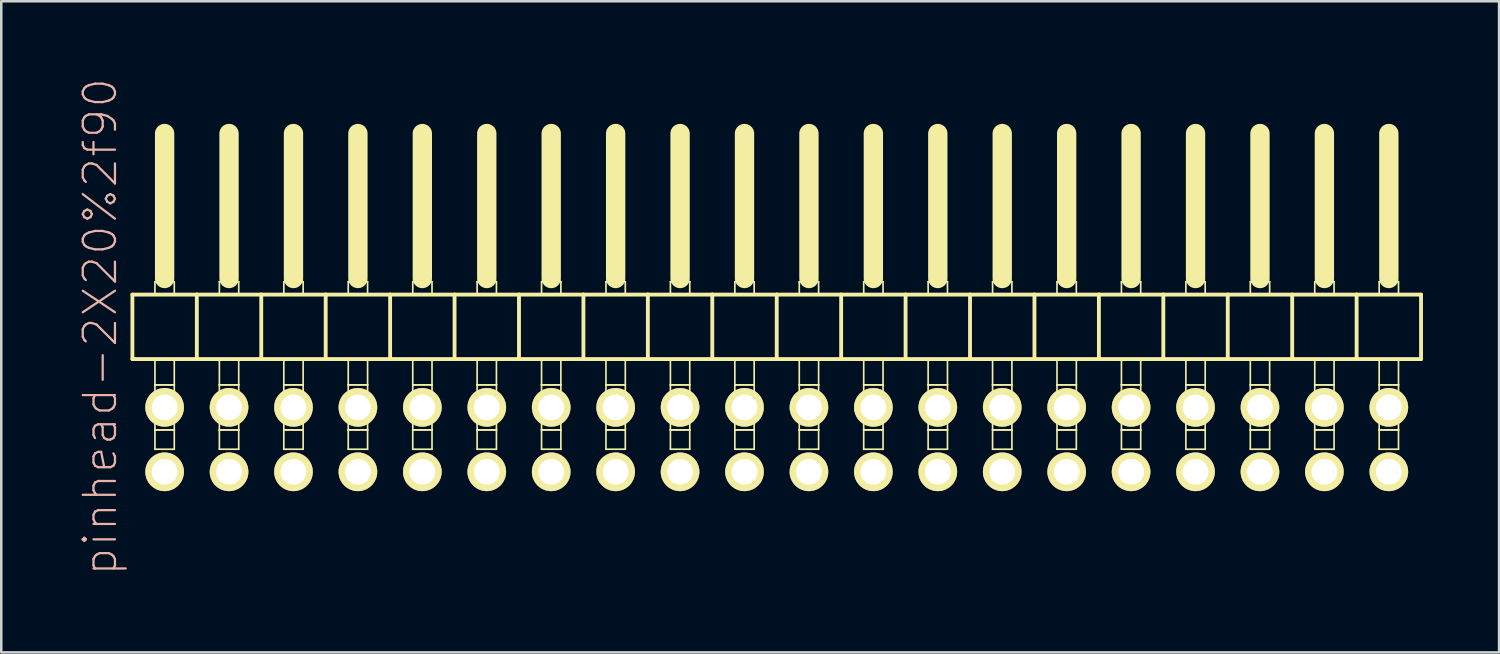
<source format=kicad_pcb>
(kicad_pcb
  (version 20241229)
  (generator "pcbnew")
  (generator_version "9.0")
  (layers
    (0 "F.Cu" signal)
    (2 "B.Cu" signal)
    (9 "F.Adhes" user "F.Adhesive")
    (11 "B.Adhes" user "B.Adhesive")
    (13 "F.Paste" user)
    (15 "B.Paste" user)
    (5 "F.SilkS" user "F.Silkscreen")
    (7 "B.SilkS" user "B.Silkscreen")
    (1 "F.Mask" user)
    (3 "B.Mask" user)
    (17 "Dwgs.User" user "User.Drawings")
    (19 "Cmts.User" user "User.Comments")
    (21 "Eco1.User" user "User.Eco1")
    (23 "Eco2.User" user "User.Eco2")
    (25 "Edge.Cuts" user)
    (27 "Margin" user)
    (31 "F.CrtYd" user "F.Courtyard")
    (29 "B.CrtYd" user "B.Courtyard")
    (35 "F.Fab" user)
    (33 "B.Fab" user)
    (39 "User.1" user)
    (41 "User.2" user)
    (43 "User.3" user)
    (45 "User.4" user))
  (footprint "pinhead-2X20%2f90"
    (layer "F.Cu")
    (at 27.569 9.199)
    (property "Reference" "pinhead-2X20%2f90" (at -26.67 0.635 90) (layer "B.SilkS") (effects (font (size 1.27 1.27) (thickness 0.089))))
    (attr exclude_from_pos_files exclude_from_bom)
    (fp_line (start -25.4 -0.635) (end -25.4 1.905) (stroke (width 0.152) (type solid)) (layer "F.SilkS"))
    (fp_line (start -25.4 1.905) (end -22.86 1.905) (stroke (width 0.152) (type solid)) (layer "F.SilkS"))
    (fp_line (start -24.511 -1.143) (end -23.749 -1.143) (stroke (width 0.066) (type solid)) (layer "F.SilkS"))
    (fp_line (start -24.511 -0.635) (end -24.511 -1.143) (stroke (width 0.066) (type solid)) (layer "F.SilkS"))
    (fp_line (start -24.511 -0.635) (end -23.749 -0.635) (stroke (width 0.066) (type solid)) (layer "F.SilkS"))
    (fp_line (start -24.511 1.905) (end -23.749 1.905) (stroke (width 0.066) (type solid)) (layer "F.SilkS"))
    (fp_line (start -24.511 2.921) (end -24.511 1.905) (stroke (width 0.066) (type solid)) (layer "F.SilkS"))
    (fp_line (start -24.511 2.921) (end -23.749 2.921) (stroke (width 0.066) (type solid)) (layer "F.SilkS"))
    (fp_line (start -24.511 2.921) (end -23.749 2.921) (stroke (width 0.066) (type solid)) (layer "F.SilkS"))
    (fp_line (start -24.511 4.699) (end -24.511 2.921) (stroke (width 0.066) (type solid)) (layer "F.SilkS"))
    (fp_line (start -24.511 4.699) (end -23.749 4.699) (stroke (width 0.066) (type solid)) (layer "F.SilkS"))
    (fp_line (start -24.511 4.699) (end -23.749 4.699) (stroke (width 0.066) (type solid)) (layer "F.SilkS"))
    (fp_line (start -24.511 5.461) (end -24.511 4.699) (stroke (width 0.066) (type solid)) (layer "F.SilkS"))
    (fp_line (start -24.511 5.461) (end -23.749 5.461) (stroke (width 0.066) (type solid)) (layer "F.SilkS"))
    (fp_line (start -24.13 -6.985) (end -24.13 -1.27) (stroke (width 0.762) (type solid)) (layer "F.SilkS"))
    (fp_line (start -23.749 -0.635) (end -23.749 -1.143) (stroke (width 0.066) (type solid)) (layer "F.SilkS"))
    (fp_line (start -23.749 2.921) (end -23.749 1.905) (stroke (width 0.066) (type solid)) (layer "F.SilkS"))
    (fp_line (start -23.749 4.699) (end -23.749 2.921) (stroke (width 0.066) (type solid)) (layer "F.SilkS"))
    (fp_line (start -23.749 5.461) (end -23.749 4.699) (stroke (width 0.066) (type solid)) (layer "F.SilkS"))
    (fp_line (start -22.86 -0.635) (end -25.4 -0.635) (stroke (width 0.152) (type solid)) (layer "F.SilkS"))
    (fp_line (start -22.86 1.905) (end -22.86 -0.635) (stroke (width 0.152) (type solid)) (layer "F.SilkS"))
    (fp_line (start -22.86 1.905) (end -20.32 1.905) (stroke (width 0.152) (type solid)) (layer "F.SilkS"))
    (fp_line (start -21.971 -1.143) (end -21.209 -1.143) (stroke (width 0.066) (type solid)) (layer "F.SilkS"))
    (fp_line (start -21.971 -0.635) (end -21.971 -1.143) (stroke (width 0.066) (type solid)) (layer "F.SilkS"))
    (fp_line (start -21.971 -0.635) (end -21.209 -0.635) (stroke (width 0.066) (type solid)) (layer "F.SilkS"))
    (fp_line (start -21.971 1.905) (end -21.209 1.905) (stroke (width 0.066) (type solid)) (layer "F.SilkS"))
    (fp_line (start -21.971 2.921) (end -21.971 1.905) (stroke (width 0.066) (type solid)) (layer "F.SilkS"))
    (fp_line (start -21.971 2.921) (end -21.209 2.921) (stroke (width 0.066) (type solid)) (layer "F.SilkS"))
    (fp_line (start -21.971 2.921) (end -21.209 2.921) (stroke (width 0.066) (type solid)) (layer "F.SilkS"))
    (fp_line (start -21.971 4.699) (end -21.971 2.921) (stroke (width 0.066) (type solid)) (layer "F.SilkS"))
    (fp_line (start -21.971 4.699) (end -21.209 4.699) (stroke (width 0.066) (type solid)) (layer "F.SilkS"))
    (fp_line (start -21.971 4.699) (end -21.209 4.699) (stroke (width 0.066) (type solid)) (layer "F.SilkS"))
    (fp_line (start -21.971 5.461) (end -21.971 4.699) (stroke (width 0.066) (type solid)) (layer "F.SilkS"))
    (fp_line (start -21.971 5.461) (end -21.209 5.461) (stroke (width 0.066) (type solid)) (layer "F.SilkS"))
    (fp_line (start -21.59 -6.985) (end -21.59 -1.27) (stroke (width 0.762) (type solid)) (layer "F.SilkS"))
    (fp_line (start -21.209 -0.635) (end -21.209 -1.143) (stroke (width 0.066) (type solid)) (layer "F.SilkS"))
    (fp_line (start -21.209 2.921) (end -21.209 1.905) (stroke (width 0.066) (type solid)) (layer "F.SilkS"))
    (fp_line (start -21.209 4.699) (end -21.209 2.921) (stroke (width 0.066) (type solid)) (layer "F.SilkS"))
    (fp_line (start -21.209 5.461) (end -21.209 4.699) (stroke (width 0.066) (type solid)) (layer "F.SilkS"))
    (fp_line (start -20.32 -0.635) (end -22.86 -0.635) (stroke (width 0.152) (type solid)) (layer "F.SilkS"))
    (fp_line (start -20.32 1.905) (end -20.32 -0.635) (stroke (width 0.152) (type solid)) (layer "F.SilkS"))
    (fp_line (start -20.32 1.905) (end -17.78 1.905) (stroke (width 0.152) (type solid)) (layer "F.SilkS"))
    (fp_line (start -19.431 -1.143) (end -18.669 -1.143) (stroke (width 0.066) (type solid)) (layer "F.SilkS"))
    (fp_line (start -19.431 -0.635) (end -19.431 -1.143) (stroke (width 0.066) (type solid)) (layer "F.SilkS"))
    (fp_line (start -19.431 -0.635) (end -18.669 -0.635) (stroke (width 0.066) (type solid)) (layer "F.SilkS"))
    (fp_line (start -19.431 1.905) (end -18.669 1.905) (stroke (width 0.066) (type solid)) (layer "F.SilkS"))
    (fp_line (start -19.431 2.921) (end -19.431 1.905) (stroke (width 0.066) (type solid)) (layer "F.SilkS"))
    (fp_line (start -19.431 2.921) (end -18.669 2.921) (stroke (width 0.066) (type solid)) (layer "F.SilkS"))
    (fp_line (start -19.431 2.921) (end -18.669 2.921) (stroke (width 0.066) (type solid)) (layer "F.SilkS"))
    (fp_line (start -19.431 4.699) (end -19.431 2.921) (stroke (width 0.066) (type solid)) (layer "F.SilkS"))
    (fp_line (start -19.431 4.699) (end -18.669 4.699) (stroke (width 0.066) (type solid)) (layer "F.SilkS"))
    (fp_line (start -19.431 4.699) (end -18.669 4.699) (stroke (width 0.066) (type solid)) (layer "F.SilkS"))
    (fp_line (start -19.431 5.461) (end -19.431 4.699) (stroke (width 0.066) (type solid)) (layer "F.SilkS"))
    (fp_line (start -19.431 5.461) (end -18.669 5.461) (stroke (width 0.066) (type solid)) (layer "F.SilkS"))
    (fp_line (start -19.05 -6.985) (end -19.05 -1.27) (stroke (width 0.762) (type solid)) (layer "F.SilkS"))
    (fp_line (start -18.669 -0.635) (end -18.669 -1.143) (stroke (width 0.066) (type solid)) (layer "F.SilkS"))
    (fp_line (start -18.669 2.921) (end -18.669 1.905) (stroke (width 0.066) (type solid)) (layer "F.SilkS"))
    (fp_line (start -18.669 4.699) (end -18.669 2.921) (stroke (width 0.066) (type solid)) (layer "F.SilkS"))
    (fp_line (start -18.669 5.461) (end -18.669 4.699) (stroke (width 0.066) (type solid)) (layer "F.SilkS"))
    (fp_line (start -17.78 -0.635) (end -20.32 -0.635) (stroke (width 0.152) (type solid)) (layer "F.SilkS"))
    (fp_line (start -17.78 1.905) (end -17.78 -0.635) (stroke (width 0.152) (type solid)) (layer "F.SilkS"))
    (fp_line (start -17.78 1.905) (end -15.24 1.905) (stroke (width 0.152) (type solid)) (layer "F.SilkS"))
    (fp_line (start -16.891 -1.143) (end -16.129 -1.143) (stroke (width 0.066) (type solid)) (layer "F.SilkS"))
    (fp_line (start -16.891 -0.635) (end -16.891 -1.143) (stroke (width 0.066) (type solid)) (layer "F.SilkS"))
    (fp_line (start -16.891 -0.635) (end -16.129 -0.635) (stroke (width 0.066) (type solid)) (layer "F.SilkS"))
    (fp_line (start -16.891 1.905) (end -16.129 1.905) (stroke (width 0.066) (type solid)) (layer "F.SilkS"))
    (fp_line (start -16.891 2.921) (end -16.891 1.905) (stroke (width 0.066) (type solid)) (layer "F.SilkS"))
    (fp_line (start -16.891 2.921) (end -16.129 2.921) (stroke (width 0.066) (type solid)) (layer "F.SilkS"))
    (fp_line (start -16.891 2.921) (end -16.129 2.921) (stroke (width 0.066) (type solid)) (layer "F.SilkS"))
    (fp_line (start -16.891 4.699) (end -16.891 2.921) (stroke (width 0.066) (type solid)) (layer "F.SilkS"))
    (fp_line (start -16.891 4.699) (end -16.129 4.699) (stroke (width 0.066) (type solid)) (layer "F.SilkS"))
    (fp_line (start -16.891 4.699) (end -16.129 4.699) (stroke (width 0.066) (type solid)) (layer "F.SilkS"))
    (fp_line (start -16.891 5.461) (end -16.891 4.699) (stroke (width 0.066) (type solid)) (layer "F.SilkS"))
    (fp_line (start -16.891 5.461) (end -16.129 5.461) (stroke (width 0.066) (type solid)) (layer "F.SilkS"))
    (fp_line (start -16.51 -6.985) (end -16.51 -1.27) (stroke (width 0.762) (type solid)) (layer "F.SilkS"))
    (fp_line (start -16.129 -0.635) (end -16.129 -1.143) (stroke (width 0.066) (type solid)) (layer "F.SilkS"))
    (fp_line (start -16.129 2.921) (end -16.129 1.905) (stroke (width 0.066) (type solid)) (layer "F.SilkS"))
    (fp_line (start -16.129 4.699) (end -16.129 2.921) (stroke (width 0.066) (type solid)) (layer "F.SilkS"))
    (fp_line (start -16.129 5.461) (end -16.129 4.699) (stroke (width 0.066) (type solid)) (layer "F.SilkS"))
    (fp_line (start -15.24 -0.635) (end -17.78 -0.635) (stroke (width 0.152) (type solid)) (layer "F.SilkS"))
    (fp_line (start -15.24 1.905) (end -15.24 -0.635) (stroke (width 0.152) (type solid)) (layer "F.SilkS"))
    (fp_line (start -15.24 1.905) (end -12.7 1.905) (stroke (width 0.152) (type solid)) (layer "F.SilkS"))
    (fp_line (start -14.348 -1.143) (end -13.589 -1.143) (stroke (width 0.066) (type solid)) (layer "F.SilkS"))
    (fp_line (start -14.348 -0.635) (end -14.348 -1.143) (stroke (width 0.066) (type solid)) (layer "F.SilkS"))
    (fp_line (start -14.348 -0.635) (end -13.589 -0.635) (stroke (width 0.066) (type solid)) (layer "F.SilkS"))
    (fp_line (start -14.348 1.905) (end -13.589 1.905) (stroke (width 0.066) (type solid)) (layer "F.SilkS"))
    (fp_line (start -14.348 2.921) (end -14.348 1.905) (stroke (width 0.066) (type solid)) (layer "F.SilkS"))
    (fp_line (start -14.348 2.921) (end -13.589 2.921) (stroke (width 0.066) (type solid)) (layer "F.SilkS"))
    (fp_line (start -14.348 2.921) (end -13.589 2.921) (stroke (width 0.066) (type solid)) (layer "F.SilkS"))
    (fp_line (start -14.348 4.699) (end -14.348 2.921) (stroke (width 0.066) (type solid)) (layer "F.SilkS"))
    (fp_line (start -14.348 4.699) (end -13.589 4.699) (stroke (width 0.066) (type solid)) (layer "F.SilkS"))
    (fp_line (start -14.348 4.699) (end -13.589 4.699) (stroke (width 0.066) (type solid)) (layer "F.SilkS"))
    (fp_line (start -14.348 5.461) (end -14.348 4.699) (stroke (width 0.066) (type solid)) (layer "F.SilkS"))
    (fp_line (start -14.348 5.461) (end -13.589 5.461) (stroke (width 0.066) (type solid)) (layer "F.SilkS"))
    (fp_line (start -13.97 -6.985) (end -13.97 -1.27) (stroke (width 0.762) (type solid)) (layer "F.SilkS"))
    (fp_line (start -13.589 -0.635) (end -13.589 -1.143) (stroke (width 0.066) (type solid)) (layer "F.SilkS"))
    (fp_line (start -13.589 2.921) (end -13.589 1.905) (stroke (width 0.066) (type solid)) (layer "F.SilkS"))
    (fp_line (start -13.589 4.699) (end -13.589 2.921) (stroke (width 0.066) (type solid)) (layer "F.SilkS"))
    (fp_line (start -13.589 5.461) (end -13.589 4.699) (stroke (width 0.066) (type solid)) (layer "F.SilkS"))
    (fp_line (start -12.7 -0.635) (end -15.24 -0.635) (stroke (width 0.152) (type solid)) (layer "F.SilkS"))
    (fp_line (start -12.7 1.905) (end -12.7 -0.635) (stroke (width 0.152) (type solid)) (layer "F.SilkS"))
    (fp_line (start -12.7 1.905) (end -10.16 1.905) (stroke (width 0.152) (type solid)) (layer "F.SilkS"))
    (fp_line (start -11.811 -1.143) (end -11.049 -1.143) (stroke (width 0.066) (type solid)) (layer "F.SilkS"))
    (fp_line (start -11.811 -0.635) (end -11.811 -1.143) (stroke (width 0.066) (type solid)) (layer "F.SilkS"))
    (fp_line (start -11.811 -0.635) (end -11.049 -0.635) (stroke (width 0.066) (type solid)) (layer "F.SilkS"))
    (fp_line (start -11.811 1.905) (end -11.049 1.905) (stroke (width 0.066) (type solid)) (layer "F.SilkS"))
    (fp_line (start -11.811 2.921) (end -11.811 1.905) (stroke (width 0.066) (type solid)) (layer "F.SilkS"))
    (fp_line (start -11.811 2.921) (end -11.049 2.921) (stroke (width 0.066) (type solid)) (layer "F.SilkS"))
    (fp_line (start -11.811 2.921) (end -11.049 2.921) (stroke (width 0.066) (type solid)) (layer "F.SilkS"))
    (fp_line (start -11.811 4.699) (end -11.811 2.921) (stroke (width 0.066) (type solid)) (layer "F.SilkS"))
    (fp_line (start -11.811 4.699) (end -11.049 4.699) (stroke (width 0.066) (type solid)) (layer "F.SilkS"))
    (fp_line (start -11.811 4.699) (end -11.049 4.699) (stroke (width 0.066) (type solid)) (layer "F.SilkS"))
    (fp_line (start -11.811 5.461) (end -11.811 4.699) (stroke (width 0.066) (type solid)) (layer "F.SilkS"))
    (fp_line (start -11.811 5.461) (end -11.049 5.461) (stroke (width 0.066) (type solid)) (layer "F.SilkS"))
    (fp_line (start -11.43 -6.985) (end -11.43 -1.27) (stroke (width 0.762) (type solid)) (layer "F.SilkS"))
    (fp_line (start -11.049 -0.635) (end -11.049 -1.143) (stroke (width 0.066) (type solid)) (layer "F.SilkS"))
    (fp_line (start -11.049 2.921) (end -11.049 1.905) (stroke (width 0.066) (type solid)) (layer "F.SilkS"))
    (fp_line (start -11.049 4.699) (end -11.049 2.921) (stroke (width 0.066) (type solid)) (layer "F.SilkS"))
    (fp_line (start -11.049 5.461) (end -11.049 4.699) (stroke (width 0.066) (type solid)) (layer "F.SilkS"))
    (fp_line (start -10.16 -0.635) (end -12.7 -0.635) (stroke (width 0.152) (type solid)) (layer "F.SilkS"))
    (fp_line (start -10.16 1.905) (end -10.16 -0.635) (stroke (width 0.152) (type solid)) (layer "F.SilkS"))
    (fp_line (start -10.16 1.905) (end -7.62 1.905) (stroke (width 0.152) (type solid)) (layer "F.SilkS"))
    (fp_line (start -9.271 -1.143) (end -8.509 -1.143) (stroke (width 0.066) (type solid)) (layer "F.SilkS"))
    (fp_line (start -9.271 -0.635) (end -9.271 -1.143) (stroke (width 0.066) (type solid)) (layer "F.SilkS"))
    (fp_line (start -9.271 -0.635) (end -8.509 -0.635) (stroke (width 0.066) (type solid)) (layer "F.SilkS"))
    (fp_line (start -9.271 1.905) (end -8.509 1.905) (stroke (width 0.066) (type solid)) (layer "F.SilkS"))
    (fp_line (start -9.271 2.921) (end -9.271 1.905) (stroke (width 0.066) (type solid)) (layer "F.SilkS"))
    (fp_line (start -9.271 2.921) (end -8.509 2.921) (stroke (width 0.066) (type solid)) (layer "F.SilkS"))
    (fp_line (start -9.271 2.921) (end -8.509 2.921) (stroke (width 0.066) (type solid)) (layer "F.SilkS"))
    (fp_line (start -9.271 4.699) (end -9.271 2.921) (stroke (width 0.066) (type solid)) (layer "F.SilkS"))
    (fp_line (start -9.271 4.699) (end -8.509 4.699) (stroke (width 0.066) (type solid)) (layer "F.SilkS"))
    (fp_line (start -9.271 4.699) (end -8.509 4.699) (stroke (width 0.066) (type solid)) (layer "F.SilkS"))
    (fp_line (start -9.271 5.461) (end -9.271 4.699) (stroke (width 0.066) (type solid)) (layer "F.SilkS"))
    (fp_line (start -9.271 5.461) (end -8.509 5.461) (stroke (width 0.066) (type solid)) (layer "F.SilkS"))
    (fp_line (start -8.89 -6.985) (end -8.89 -1.27) (stroke (width 0.762) (type solid)) (layer "F.SilkS"))
    (fp_line (start -8.509 -0.635) (end -8.509 -1.143) (stroke (width 0.066) (type solid)) (layer "F.SilkS"))
    (fp_line (start -8.509 2.921) (end -8.509 1.905) (stroke (width 0.066) (type solid)) (layer "F.SilkS"))
    (fp_line (start -8.509 4.699) (end -8.509 2.921) (stroke (width 0.066) (type solid)) (layer "F.SilkS"))
    (fp_line (start -8.509 5.461) (end -8.509 4.699) (stroke (width 0.066) (type solid)) (layer "F.SilkS"))
    (fp_line (start -7.62 -0.635) (end -10.16 -0.635) (stroke (width 0.152) (type solid)) (layer "F.SilkS"))
    (fp_line (start -7.62 1.905) (end -7.62 -0.635) (stroke (width 0.152) (type solid)) (layer "F.SilkS"))
    (fp_line (start -7.62 1.905) (end -5.08 1.905) (stroke (width 0.152) (type solid)) (layer "F.SilkS"))
    (fp_line (start -6.731 -1.143) (end -5.969 -1.143) (stroke (width 0.066) (type solid)) (layer "F.SilkS"))
    (fp_line (start -6.731 -0.635) (end -6.731 -1.143) (stroke (width 0.066) (type solid)) (layer "F.SilkS"))
    (fp_line (start -6.731 -0.635) (end -5.969 -0.635) (stroke (width 0.066) (type solid)) (layer "F.SilkS"))
    (fp_line (start -6.731 1.905) (end -5.969 1.905) (stroke (width 0.066) (type solid)) (layer "F.SilkS"))
    (fp_line (start -6.731 2.921) (end -6.731 1.905) (stroke (width 0.066) (type solid)) (layer "F.SilkS"))
    (fp_line (start -6.731 2.921) (end -5.969 2.921) (stroke (width 0.066) (type solid)) (layer "F.SilkS"))
    (fp_line (start -6.731 2.921) (end -5.969 2.921) (stroke (width 0.066) (type solid)) (layer "F.SilkS"))
    (fp_line (start -6.731 4.699) (end -6.731 2.921) (stroke (width 0.066) (type solid)) (layer "F.SilkS"))
    (fp_line (start -6.731 4.699) (end -5.969 4.699) (stroke (width 0.066) (type solid)) (layer "F.SilkS"))
    (fp_line (start -6.731 4.699) (end -5.969 4.699) (stroke (width 0.066) (type solid)) (layer "F.SilkS"))
    (fp_line (start -6.731 5.461) (end -6.731 4.699) (stroke (width 0.066) (type solid)) (layer "F.SilkS"))
    (fp_line (start -6.731 5.461) (end -5.969 5.461) (stroke (width 0.066) (type solid)) (layer "F.SilkS"))
    (fp_line (start -6.35 -6.985) (end -6.35 -1.27) (stroke (width 0.762) (type solid)) (layer "F.SilkS"))
    (fp_line (start -5.969 -0.635) (end -5.969 -1.143) (stroke (width 0.066) (type solid)) (layer "F.SilkS"))
    (fp_line (start -5.969 2.921) (end -5.969 1.905) (stroke (width 0.066) (type solid)) (layer "F.SilkS"))
    (fp_line (start -5.969 4.699) (end -5.969 2.921) (stroke (width 0.066) (type solid)) (layer "F.SilkS"))
    (fp_line (start -5.969 5.461) (end -5.969 4.699) (stroke (width 0.066) (type solid)) (layer "F.SilkS"))
    (fp_line (start -5.08 -0.635) (end -7.62 -0.635) (stroke (width 0.152) (type solid)) (layer "F.SilkS"))
    (fp_line (start -5.08 1.905) (end -5.08 -0.635) (stroke (width 0.152) (type solid)) (layer "F.SilkS"))
    (fp_line (start -5.08 1.905) (end -2.54 1.905) (stroke (width 0.152) (type solid)) (layer "F.SilkS"))
    (fp_line (start -4.191 -1.143) (end -3.429 -1.143) (stroke (width 0.066) (type solid)) (layer "F.SilkS"))
    (fp_line (start -4.191 -0.635) (end -4.191 -1.143) (stroke (width 0.066) (type solid)) (layer "F.SilkS"))
    (fp_line (start -4.191 -0.635) (end -3.429 -0.635) (stroke (width 0.066) (type solid)) (layer "F.SilkS"))
    (fp_line (start -4.191 1.905) (end -3.429 1.905) (stroke (width 0.066) (type solid)) (layer "F.SilkS"))
    (fp_line (start -4.191 2.921) (end -4.191 1.905) (stroke (width 0.066) (type solid)) (layer "F.SilkS"))
    (fp_line (start -4.191 2.921) (end -3.429 2.921) (stroke (width 0.066) (type solid)) (layer "F.SilkS"))
    (fp_line (start -4.191 2.921) (end -3.429 2.921) (stroke (width 0.066) (type solid)) (layer "F.SilkS"))
    (fp_line (start -4.191 4.699) (end -4.191 2.921) (stroke (width 0.066) (type solid)) (layer "F.SilkS"))
    (fp_line (start -4.191 4.699) (end -3.429 4.699) (stroke (width 0.066) (type solid)) (layer "F.SilkS"))
    (fp_line (start -4.191 4.699) (end -3.429 4.699) (stroke (width 0.066) (type solid)) (layer "F.SilkS"))
    (fp_line (start -4.191 5.461) (end -4.191 4.699) (stroke (width 0.066) (type solid)) (layer "F.SilkS"))
    (fp_line (start -4.191 5.461) (end -3.429 5.461) (stroke (width 0.066) (type solid)) (layer "F.SilkS"))
    (fp_line (start -3.81 -6.985) (end -3.81 -1.27) (stroke (width 0.762) (type solid)) (layer "F.SilkS"))
    (fp_line (start -3.429 -0.635) (end -3.429 -1.143) (stroke (width 0.066) (type solid)) (layer "F.SilkS"))
    (fp_line (start -3.429 2.921) (end -3.429 1.905) (stroke (width 0.066) (type solid)) (layer "F.SilkS"))
    (fp_line (start -3.429 4.699) (end -3.429 2.921) (stroke (width 0.066) (type solid)) (layer "F.SilkS"))
    (fp_line (start -3.429 5.461) (end -3.429 4.699) (stroke (width 0.066) (type solid)) (layer "F.SilkS"))
    (fp_line (start -2.54 -0.635) (end -5.08 -0.635) (stroke (width 0.152) (type solid)) (layer "F.SilkS"))
    (fp_line (start -2.54 1.905) (end -2.54 -0.635) (stroke (width 0.152) (type solid)) (layer "F.SilkS"))
    (fp_line (start -2.54 1.905) (end 0 1.905) (stroke (width 0.152) (type solid)) (layer "F.SilkS"))
    (fp_line (start -1.651 -1.143) (end -0.889 -1.143) (stroke (width 0.066) (type solid)) (layer "F.SilkS"))
    (fp_line (start -1.651 -0.635) (end -1.651 -1.143) (stroke (width 0.066) (type solid)) (layer "F.SilkS"))
    (fp_line (start -1.651 -0.635) (end -0.889 -0.635) (stroke (width 0.066) (type solid)) (layer "F.SilkS"))
    (fp_line (start -1.651 1.905) (end -0.889 1.905) (stroke (width 0.066) (type solid)) (layer "F.SilkS"))
    (fp_line (start -1.651 2.921) (end -1.651 1.905) (stroke (width 0.066) (type solid)) (layer "F.SilkS"))
    (fp_line (start -1.651 2.921) (end -0.889 2.921) (stroke (width 0.066) (type solid)) (layer "F.SilkS"))
    (fp_line (start -1.651 2.921) (end -0.889 2.921) (stroke (width 0.066) (type solid)) (layer "F.SilkS"))
    (fp_line (start -1.651 4.699) (end -1.651 2.921) (stroke (width 0.066) (type solid)) (layer "F.SilkS"))
    (fp_line (start -1.651 4.699) (end -0.889 4.699) (stroke (width 0.066) (type solid)) (layer "F.SilkS"))
    (fp_line (start -1.651 4.699) (end -0.889 4.699) (stroke (width 0.066) (type solid)) (layer "F.SilkS"))
    (fp_line (start -1.651 5.461) (end -1.651 4.699) (stroke (width 0.066) (type solid)) (layer "F.SilkS"))
    (fp_line (start -1.651 5.461) (end -0.889 5.461) (stroke (width 0.066) (type solid)) (layer "F.SilkS"))
    (fp_line (start -1.27 -6.985) (end -1.27 -1.27) (stroke (width 0.762) (type solid)) (layer "F.SilkS"))
    (fp_line (start -0.889 -0.635) (end -0.889 -1.143) (stroke (width 0.066) (type solid)) (layer "F.SilkS"))
    (fp_line (start -0.889 2.921) (end -0.889 1.905) (stroke (width 0.066) (type solid)) (layer "F.SilkS"))
    (fp_line (start -0.889 4.699) (end -0.889 2.921) (stroke (width 0.066) (type solid)) (layer "F.SilkS"))
    (fp_line (start -0.889 5.461) (end -0.889 4.699) (stroke (width 0.066) (type solid)) (layer "F.SilkS"))
    (fp_line (start 0 -0.635) (end -2.54 -0.635) (stroke (width 0.152) (type solid)) (layer "F.SilkS"))
    (fp_line (start 0 1.905) (end 0 -0.635) (stroke (width 0.152) (type solid)) (layer "F.SilkS"))
    (fp_line (start 0 1.905) (end 2.54 1.905) (stroke (width 0.152) (type solid)) (layer "F.SilkS"))
    (fp_line (start 0.889 -1.143) (end 1.651 -1.143) (stroke (width 0.066) (type solid)) (layer "F.SilkS"))
    (fp_line (start 0.889 -0.635) (end 0.889 -1.143) (stroke (width 0.066) (type solid)) (layer "F.SilkS"))
    (fp_line (start 0.889 -0.635) (end 1.651 -0.635) (stroke (width 0.066) (type solid)) (layer "F.SilkS"))
    (fp_line (start 0.889 1.905) (end 1.651 1.905) (stroke (width 0.066) (type solid)) (layer "F.SilkS"))
    (fp_line (start 0.889 2.921) (end 0.889 1.905) (stroke (width 0.066) (type solid)) (layer "F.SilkS"))
    (fp_line (start 0.889 2.921) (end 1.651 2.921) (stroke (width 0.066) (type solid)) (layer "F.SilkS"))
    (fp_line (start 0.889 2.921) (end 1.651 2.921) (stroke (width 0.066) (type solid)) (layer "F.SilkS"))
    (fp_line (start 0.889 4.699) (end 0.889 2.921) (stroke (width 0.066) (type solid)) (layer "F.SilkS"))
    (fp_line (start 0.889 4.699) (end 1.651 4.699) (stroke (width 0.066) (type solid)) (layer "F.SilkS"))
    (fp_line (start 0.889 4.699) (end 1.651 4.699) (stroke (width 0.066) (type solid)) (layer "F.SilkS"))
    (fp_line (start 0.889 5.461) (end 0.889 4.699) (stroke (width 0.066) (type solid)) (layer "F.SilkS"))
    (fp_line (start 0.889 5.461) (end 1.651 5.461) (stroke (width 0.066) (type solid)) (layer "F.SilkS"))
    (fp_line (start 1.27 -6.985) (end 1.27 -1.27) (stroke (width 0.762) (type solid)) (layer "F.SilkS"))
    (fp_line (start 1.651 -0.635) (end 1.651 -1.143) (stroke (width 0.066) (type solid)) (layer "F.SilkS"))
    (fp_line (start 1.651 2.921) (end 1.651 1.905) (stroke (width 0.066) (type solid)) (layer "F.SilkS"))
    (fp_line (start 1.651 4.699) (end 1.651 2.921) (stroke (width 0.066) (type solid)) (layer "F.SilkS"))
    (fp_line (start 1.651 5.461) (end 1.651 4.699) (stroke (width 0.066) (type solid)) (layer "F.SilkS"))
    (fp_line (start 2.54 -0.635) (end 0 -0.635) (stroke (width 0.152) (type solid)) (layer "F.SilkS"))
    (fp_line (start 2.54 1.905) (end 2.54 -0.635) (stroke (width 0.152) (type solid)) (layer "F.SilkS"))
    (fp_line (start 2.54 1.905) (end 5.08 1.905) (stroke (width 0.152) (type solid)) (layer "F.SilkS"))
    (fp_line (start 3.429 -1.143) (end 4.191 -1.143) (stroke (width 0.066) (type solid)) (layer "F.SilkS"))
    (fp_line (start 3.429 -0.635) (end 3.429 -1.143) (stroke (width 0.066) (type solid)) (layer "F.SilkS"))
    (fp_line (start 3.429 -0.635) (end 4.191 -0.635) (stroke (width 0.066) (type solid)) (layer "F.SilkS"))
    (fp_line (start 3.429 1.905) (end 4.191 1.905) (stroke (width 0.066) (type solid)) (layer "F.SilkS"))
    (fp_line (start 3.429 2.921) (end 3.429 1.905) (stroke (width 0.066) (type solid)) (layer "F.SilkS"))
    (fp_line (start 3.429 2.921) (end 4.191 2.921) (stroke (width 0.066) (type solid)) (layer "F.SilkS"))
    (fp_line (start 3.429 2.921) (end 4.191 2.921) (stroke (width 0.066) (type solid)) (layer "F.SilkS"))
    (fp_line (start 3.429 4.699) (end 3.429 2.921) (stroke (width 0.066) (type solid)) (layer "F.SilkS"))
    (fp_line (start 3.429 4.699) (end 4.191 4.699) (stroke (width 0.066) (type solid)) (layer "F.SilkS"))
    (fp_line (start 3.429 4.699) (end 4.191 4.699) (stroke (width 0.066) (type solid)) (layer "F.SilkS"))
    (fp_line (start 3.429 5.461) (end 3.429 4.699) (stroke (width 0.066) (type solid)) (layer "F.SilkS"))
    (fp_line (start 3.429 5.461) (end 4.191 5.461) (stroke (width 0.066) (type solid)) (layer "F.SilkS"))
    (fp_line (start 3.81 -6.985) (end 3.81 -1.27) (stroke (width 0.762) (type solid)) (layer "F.SilkS"))
    (fp_line (start 4.191 -0.635) (end 4.191 -1.143) (stroke (width 0.066) (type solid)) (layer "F.SilkS"))
    (fp_line (start 4.191 2.921) (end 4.191 1.905) (stroke (width 0.066) (type solid)) (layer "F.SilkS"))
    (fp_line (start 4.191 4.699) (end 4.191 2.921) (stroke (width 0.066) (type solid)) (layer "F.SilkS"))
    (fp_line (start 4.191 5.461) (end 4.191 4.699) (stroke (width 0.066) (type solid)) (layer "F.SilkS"))
    (fp_line (start 5.08 -0.635) (end 2.54 -0.635) (stroke (width 0.152) (type solid)) (layer "F.SilkS"))
    (fp_line (start 5.08 1.905) (end 5.08 -0.635) (stroke (width 0.152) (type solid)) (layer "F.SilkS"))
    (fp_line (start 5.08 1.905) (end 7.62 1.905) (stroke (width 0.152) (type solid)) (layer "F.SilkS"))
    (fp_line (start 5.969 -1.143) (end 6.731 -1.143) (stroke (width 0.066) (type solid)) (layer "F.SilkS"))
    (fp_line (start 5.969 -0.635) (end 5.969 -1.143) (stroke (width 0.066) (type solid)) (layer "F.SilkS"))
    (fp_line (start 5.969 -0.635) (end 6.731 -0.635) (stroke (width 0.066) (type solid)) (layer "F.SilkS"))
    (fp_line (start 5.969 1.905) (end 6.731 1.905) (stroke (width 0.066) (type solid)) (layer "F.SilkS"))
    (fp_line (start 5.969 2.921) (end 5.969 1.905) (stroke (width 0.066) (type solid)) (layer "F.SilkS"))
    (fp_line (start 5.969 2.921) (end 6.731 2.921) (stroke (width 0.066) (type solid)) (layer "F.SilkS"))
    (fp_line (start 5.969 2.921) (end 6.731 2.921) (stroke (width 0.066) (type solid)) (layer "F.SilkS"))
    (fp_line (start 5.969 4.699) (end 5.969 2.921) (stroke (width 0.066) (type solid)) (layer "F.SilkS"))
    (fp_line (start 5.969 4.699) (end 6.731 4.699) (stroke (width 0.066) (type solid)) (layer "F.SilkS"))
    (fp_line (start 5.969 4.699) (end 6.731 4.699) (stroke (width 0.066) (type solid)) (layer "F.SilkS"))
    (fp_line (start 5.969 5.461) (end 5.969 4.699) (stroke (width 0.066) (type solid)) (layer "F.SilkS"))
    (fp_line (start 5.969 5.461) (end 6.731 5.461) (stroke (width 0.066) (type solid)) (layer "F.SilkS"))
    (fp_line (start 6.35 -6.985) (end 6.35 -1.27) (stroke (width 0.762) (type solid)) (layer "F.SilkS"))
    (fp_line (start 6.731 -0.635) (end 6.731 -1.143) (stroke (width 0.066) (type solid)) (layer "F.SilkS"))
    (fp_line (start 6.731 2.921) (end 6.731 1.905) (stroke (width 0.066) (type solid)) (layer "F.SilkS"))
    (fp_line (start 6.731 4.699) (end 6.731 2.921) (stroke (width 0.066) (type solid)) (layer "F.SilkS"))
    (fp_line (start 6.731 5.461) (end 6.731 4.699) (stroke (width 0.066) (type solid)) (layer "F.SilkS"))
    (fp_line (start 7.62 -0.635) (end 5.08 -0.635) (stroke (width 0.152) (type solid)) (layer "F.SilkS"))
    (fp_line (start 7.62 1.905) (end 7.62 -0.635) (stroke (width 0.152) (type solid)) (layer "F.SilkS"))
    (fp_line (start 7.62 1.905) (end 10.16 1.905) (stroke (width 0.152) (type solid)) (layer "F.SilkS"))
    (fp_line (start 8.509 -1.143) (end 9.271 -1.143) (stroke (width 0.066) (type solid)) (layer "F.SilkS"))
    (fp_line (start 8.509 -0.635) (end 8.509 -1.143) (stroke (width 0.066) (type solid)) (layer "F.SilkS"))
    (fp_line (start 8.509 -0.635) (end 9.271 -0.635) (stroke (width 0.066) (type solid)) (layer "F.SilkS"))
    (fp_line (start 8.509 1.905) (end 9.271 1.905) (stroke (width 0.066) (type solid)) (layer "F.SilkS"))
    (fp_line (start 8.509 2.921) (end 8.509 1.905) (stroke (width 0.066) (type solid)) (layer "F.SilkS"))
    (fp_line (start 8.509 2.921) (end 9.271 2.921) (stroke (width 0.066) (type solid)) (layer "F.SilkS"))
    (fp_line (start 8.509 2.921) (end 9.271 2.921) (stroke (width 0.066) (type solid)) (layer "F.SilkS"))
    (fp_line (start 8.509 4.699) (end 8.509 2.921) (stroke (width 0.066) (type solid)) (layer "F.SilkS"))
    (fp_line (start 8.509 4.699) (end 9.271 4.699) (stroke (width 0.066) (type solid)) (layer "F.SilkS"))
    (fp_line (start 8.509 4.699) (end 9.271 4.699) (stroke (width 0.066) (type solid)) (layer "F.SilkS"))
    (fp_line (start 8.509 5.461) (end 8.509 4.699) (stroke (width 0.066) (type solid)) (layer "F.SilkS"))
    (fp_line (start 8.509 5.461) (end 9.271 5.461) (stroke (width 0.066) (type solid)) (layer "F.SilkS"))
    (fp_line (start 8.89 -6.985) (end 8.89 -1.27) (stroke (width 0.762) (type solid)) (layer "F.SilkS"))
    (fp_line (start 9.271 -0.635) (end 9.271 -1.143) (stroke (width 0.066) (type solid)) (layer "F.SilkS"))
    (fp_line (start 9.271 2.921) (end 9.271 1.905) (stroke (width 0.066) (type solid)) (layer "F.SilkS"))
    (fp_line (start 9.271 4.699) (end 9.271 2.921) (stroke (width 0.066) (type solid)) (layer "F.SilkS"))
    (fp_line (start 9.271 5.461) (end 9.271 4.699) (stroke (width 0.066) (type solid)) (layer "F.SilkS"))
    (fp_line (start 10.16 -0.635) (end 7.62 -0.635) (stroke (width 0.152) (type solid)) (layer "F.SilkS"))
    (fp_line (start 10.16 1.905) (end 10.16 -0.635) (stroke (width 0.152) (type solid)) (layer "F.SilkS"))
    (fp_line (start 10.16 1.905) (end 12.7 1.905) (stroke (width 0.152) (type solid)) (layer "F.SilkS"))
    (fp_line (start 11.049 -1.143) (end 11.811 -1.143) (stroke (width 0.066) (type solid)) (layer "F.SilkS"))
    (fp_line (start 11.049 -0.635) (end 11.049 -1.143) (stroke (width 0.066) (type solid)) (layer "F.SilkS"))
    (fp_line (start 11.049 -0.635) (end 11.811 -0.635) (stroke (width 0.066) (type solid)) (layer "F.SilkS"))
    (fp_line (start 11.049 1.905) (end 11.811 1.905) (stroke (width 0.066) (type solid)) (layer "F.SilkS"))
    (fp_line (start 11.049 2.921) (end 11.049 1.905) (stroke (width 0.066) (type solid)) (layer "F.SilkS"))
    (fp_line (start 11.049 2.921) (end 11.811 2.921) (stroke (width 0.066) (type solid)) (layer "F.SilkS"))
    (fp_line (start 11.049 2.921) (end 11.811 2.921) (stroke (width 0.066) (type solid)) (layer "F.SilkS"))
    (fp_line (start 11.049 4.699) (end 11.049 2.921) (stroke (width 0.066) (type solid)) (layer "F.SilkS"))
    (fp_line (start 11.049 4.699) (end 11.811 4.699) (stroke (width 0.066) (type solid)) (layer "F.SilkS"))
    (fp_line (start 11.049 4.699) (end 11.811 4.699) (stroke (width 0.066) (type solid)) (layer "F.SilkS"))
    (fp_line (start 11.049 5.461) (end 11.049 4.699) (stroke (width 0.066) (type solid)) (layer "F.SilkS"))
    (fp_line (start 11.049 5.461) (end 11.811 5.461) (stroke (width 0.066) (type solid)) (layer "F.SilkS"))
    (fp_line (start 11.43 -6.985) (end 11.43 -1.27) (stroke (width 0.762) (type solid)) (layer "F.SilkS"))
    (fp_line (start 11.811 -0.635) (end 11.811 -1.143) (stroke (width 0.066) (type solid)) (layer "F.SilkS"))
    (fp_line (start 11.811 2.921) (end 11.811 1.905) (stroke (width 0.066) (type solid)) (layer "F.SilkS"))
    (fp_line (start 11.811 4.699) (end 11.811 2.921) (stroke (width 0.066) (type solid)) (layer "F.SilkS"))
    (fp_line (start 11.811 5.461) (end 11.811 4.699) (stroke (width 0.066) (type solid)) (layer "F.SilkS"))
    (fp_line (start 12.7 -0.635) (end 10.16 -0.635) (stroke (width 0.152) (type solid)) (layer "F.SilkS"))
    (fp_line (start 12.7 1.905) (end 12.7 -0.635) (stroke (width 0.152) (type solid)) (layer "F.SilkS"))
    (fp_line (start 12.7 1.905) (end 15.24 1.905) (stroke (width 0.152) (type solid)) (layer "F.SilkS"))
    (fp_line (start 13.589 -1.143) (end 14.348 -1.143) (stroke (width 0.066) (type solid)) (layer "F.SilkS"))
    (fp_line (start 13.589 -0.635) (end 13.589 -1.143) (stroke (width 0.066) (type solid)) (layer "F.SilkS"))
    (fp_line (start 13.589 -0.635) (end 14.348 -0.635) (stroke (width 0.066) (type solid)) (layer "F.SilkS"))
    (fp_line (start 13.589 1.905) (end 14.348 1.905) (stroke (width 0.066) (type solid)) (layer "F.SilkS"))
    (fp_line (start 13.589 2.921) (end 13.589 1.905) (stroke (width 0.066) (type solid)) (layer "F.SilkS"))
    (fp_line (start 13.589 2.921) (end 14.348 2.921) (stroke (width 0.066) (type solid)) (layer "F.SilkS"))
    (fp_line (start 13.589 2.921) (end 14.348 2.921) (stroke (width 0.066) (type solid)) (layer "F.SilkS"))
    (fp_line (start 13.589 4.699) (end 13.589 2.921) (stroke (width 0.066) (type solid)) (layer "F.SilkS"))
    (fp_line (start 13.589 4.699) (end 14.348 4.699) (stroke (width 0.066) (type solid)) (layer "F.SilkS"))
    (fp_line (start 13.589 4.699) (end 14.348 4.699) (stroke (width 0.066) (type solid)) (layer "F.SilkS"))
    (fp_line (start 13.589 5.461) (end 13.589 4.699) (stroke (width 0.066) (type solid)) (layer "F.SilkS"))
    (fp_line (start 13.589 5.461) (end 14.348 5.461) (stroke (width 0.066) (type solid)) (layer "F.SilkS"))
    (fp_line (start 13.97 -6.985) (end 13.97 -1.27) (stroke (width 0.762) (type solid)) (layer "F.SilkS"))
    (fp_line (start 14.348 -0.635) (end 14.348 -1.143) (stroke (width 0.066) (type solid)) (layer "F.SilkS"))
    (fp_line (start 14.348 2.921) (end 14.348 1.905) (stroke (width 0.066) (type solid)) (layer "F.SilkS"))
    (fp_line (start 14.348 4.699) (end 14.348 2.921) (stroke (width 0.066) (type solid)) (layer "F.SilkS"))
    (fp_line (start 14.348 5.461) (end 14.348 4.699) (stroke (width 0.066) (type solid)) (layer "F.SilkS"))
    (fp_line (start 15.24 -0.635) (end 12.7 -0.635) (stroke (width 0.152) (type solid)) (layer "F.SilkS"))
    (fp_line (start 15.24 1.905) (end 15.24 -0.635) (stroke (width 0.152) (type solid)) (layer "F.SilkS"))
    (fp_line (start 15.24 1.905) (end 17.78 1.905) (stroke (width 0.152) (type solid)) (layer "F.SilkS"))
    (fp_line (start 16.129 -1.143) (end 16.891 -1.143) (stroke (width 0.066) (type solid)) (layer "F.SilkS"))
    (fp_line (start 16.129 -0.635) (end 16.129 -1.143) (stroke (width 0.066) (type solid)) (layer "F.SilkS"))
    (fp_line (start 16.129 -0.635) (end 16.891 -0.635) (stroke (width 0.066) (type solid)) (layer "F.SilkS"))
    (fp_line (start 16.129 1.905) (end 16.891 1.905) (stroke (width 0.066) (type solid)) (layer "F.SilkS"))
    (fp_line (start 16.129 2.921) (end 16.129 1.905) (stroke (width 0.066) (type solid)) (layer "F.SilkS"))
    (fp_line (start 16.129 2.921) (end 16.891 2.921) (stroke (width 0.066) (type solid)) (layer "F.SilkS"))
    (fp_line (start 16.129 2.921) (end 16.891 2.921) (stroke (width 0.066) (type solid)) (layer "F.SilkS"))
    (fp_line (start 16.129 4.699) (end 16.129 2.921) (stroke (width 0.066) (type solid)) (layer "F.SilkS"))
    (fp_line (start 16.129 4.699) (end 16.891 4.699) (stroke (width 0.066) (type solid)) (layer "F.SilkS"))
    (fp_line (start 16.129 4.699) (end 16.891 4.699) (stroke (width 0.066) (type solid)) (layer "F.SilkS"))
    (fp_line (start 16.129 5.461) (end 16.129 4.699) (stroke (width 0.066) (type solid)) (layer "F.SilkS"))
    (fp_line (start 16.129 5.461) (end 16.891 5.461) (stroke (width 0.066) (type solid)) (layer "F.SilkS"))
    (fp_line (start 16.51 -6.985) (end 16.51 -1.27) (stroke (width 0.762) (type solid)) (layer "F.SilkS"))
    (fp_line (start 16.891 -0.635) (end 16.891 -1.143) (stroke (width 0.066) (type solid)) (layer "F.SilkS"))
    (fp_line (start 16.891 2.921) (end 16.891 1.905) (stroke (width 0.066) (type solid)) (layer "F.SilkS"))
    (fp_line (start 16.891 4.699) (end 16.891 2.921) (stroke (width 0.066) (type solid)) (layer "F.SilkS"))
    (fp_line (start 16.891 5.461) (end 16.891 4.699) (stroke (width 0.066) (type solid)) (layer "F.SilkS"))
    (fp_line (start 17.78 -0.635) (end 15.24 -0.635) (stroke (width 0.152) (type solid)) (layer "F.SilkS"))
    (fp_line (start 17.78 1.905) (end 17.78 -0.635) (stroke (width 0.152) (type solid)) (layer "F.SilkS"))
    (fp_line (start 17.78 1.905) (end 20.32 1.905) (stroke (width 0.152) (type solid)) (layer "F.SilkS"))
    (fp_line (start 18.669 -1.143) (end 19.431 -1.143) (stroke (width 0.066) (type solid)) (layer "F.SilkS"))
    (fp_line (start 18.669 -0.635) (end 18.669 -1.143) (stroke (width 0.066) (type solid)) (layer "F.SilkS"))
    (fp_line (start 18.669 -0.635) (end 19.431 -0.635) (stroke (width 0.066) (type solid)) (layer "F.SilkS"))
    (fp_line (start 18.669 1.905) (end 19.431 1.905) (stroke (width 0.066) (type solid)) (layer "F.SilkS"))
    (fp_line (start 18.669 2.921) (end 18.669 1.905) (stroke (width 0.066) (type solid)) (layer "F.SilkS"))
    (fp_line (start 18.669 2.921) (end 19.431 2.921) (stroke (width 0.066) (type solid)) (layer "F.SilkS"))
    (fp_line (start 18.669 2.921) (end 19.431 2.921) (stroke (width 0.066) (type solid)) (layer "F.SilkS"))
    (fp_line (start 18.669 4.699) (end 18.669 2.921) (stroke (width 0.066) (type solid)) (layer "F.SilkS"))
    (fp_line (start 18.669 4.699) (end 19.431 4.699) (stroke (width 0.066) (type solid)) (layer "F.SilkS"))
    (fp_line (start 18.669 4.699) (end 19.431 4.699) (stroke (width 0.066) (type solid)) (layer "F.SilkS"))
    (fp_line (start 18.669 5.461) (end 18.669 4.699) (stroke (width 0.066) (type solid)) (layer "F.SilkS"))
    (fp_line (start 18.669 5.461) (end 19.431 5.461) (stroke (width 0.066) (type solid)) (layer "F.SilkS"))
    (fp_line (start 19.05 -6.985) (end 19.05 -1.27) (stroke (width 0.762) (type solid)) (layer "F.SilkS"))
    (fp_line (start 19.431 -0.635) (end 19.431 -1.143) (stroke (width 0.066) (type solid)) (layer "F.SilkS"))
    (fp_line (start 19.431 2.921) (end 19.431 1.905) (stroke (width 0.066) (type solid)) (layer "F.SilkS"))
    (fp_line (start 19.431 4.699) (end 19.431 2.921) (stroke (width 0.066) (type solid)) (layer "F.SilkS"))
    (fp_line (start 19.431 5.461) (end 19.431 4.699) (stroke (width 0.066) (type solid)) (layer "F.SilkS"))
    (fp_line (start 20.32 -0.635) (end 17.78 -0.635) (stroke (width 0.152) (type solid)) (layer "F.SilkS"))
    (fp_line (start 20.32 1.905) (end 20.32 -0.635) (stroke (width 0.152) (type solid)) (layer "F.SilkS"))
    (fp_line (start 20.32 1.905) (end 22.86 1.905) (stroke (width 0.152) (type solid)) (layer "F.SilkS"))
    (fp_line (start 21.209 -1.143) (end 21.971 -1.143) (stroke (width 0.066) (type solid)) (layer "F.SilkS"))
    (fp_line (start 21.209 -0.635) (end 21.209 -1.143) (stroke (width 0.066) (type solid)) (layer "F.SilkS"))
    (fp_line (start 21.209 -0.635) (end 21.971 -0.635) (stroke (width 0.066) (type solid)) (layer "F.SilkS"))
    (fp_line (start 21.209 1.905) (end 21.971 1.905) (stroke (width 0.066) (type solid)) (layer "F.SilkS"))
    (fp_line (start 21.209 2.921) (end 21.209 1.905) (stroke (width 0.066) (type solid)) (layer "F.SilkS"))
    (fp_line (start 21.209 2.921) (end 21.971 2.921) (stroke (width 0.066) (type solid)) (layer "F.SilkS"))
    (fp_line (start 21.209 2.921) (end 21.971 2.921) (stroke (width 0.066) (type solid)) (layer "F.SilkS"))
    (fp_line (start 21.209 4.699) (end 21.209 2.921) (stroke (width 0.066) (type solid)) (layer "F.SilkS"))
    (fp_line (start 21.209 4.699) (end 21.971 4.699) (stroke (width 0.066) (type solid)) (layer "F.SilkS"))
    (fp_line (start 21.209 4.699) (end 21.971 4.699) (stroke (width 0.066) (type solid)) (layer "F.SilkS"))
    (fp_line (start 21.209 5.461) (end 21.209 4.699) (stroke (width 0.066) (type solid)) (layer "F.SilkS"))
    (fp_line (start 21.209 5.461) (end 21.971 5.461) (stroke (width 0.066) (type solid)) (layer "F.SilkS"))
    (fp_line (start 21.59 -6.985) (end 21.59 -1.27) (stroke (width 0.762) (type solid)) (layer "F.SilkS"))
    (fp_line (start 21.971 -0.635) (end 21.971 -1.143) (stroke (width 0.066) (type solid)) (layer "F.SilkS"))
    (fp_line (start 21.971 2.921) (end 21.971 1.905) (stroke (width 0.066) (type solid)) (layer "F.SilkS"))
    (fp_line (start 21.971 4.699) (end 21.971 2.921) (stroke (width 0.066) (type solid)) (layer "F.SilkS"))
    (fp_line (start 21.971 5.461) (end 21.971 4.699) (stroke (width 0.066) (type solid)) (layer "F.SilkS"))
    (fp_line (start 22.86 -0.635) (end 20.32 -0.635) (stroke (width 0.152) (type solid)) (layer "F.SilkS"))
    (fp_line (start 22.86 1.905) (end 22.86 -0.635) (stroke (width 0.152) (type solid)) (layer "F.SilkS"))
    (fp_line (start 22.86 1.905) (end 25.4 1.905) (stroke (width 0.152) (type solid)) (layer "F.SilkS"))
    (fp_line (start 23.749 -1.143) (end 24.511 -1.143) (stroke (width 0.066) (type solid)) (layer "F.SilkS"))
    (fp_line (start 23.749 -0.635) (end 23.749 -1.143) (stroke (width 0.066) (type solid)) (layer "F.SilkS"))
    (fp_line (start 23.749 -0.635) (end 24.511 -0.635) (stroke (width 0.066) (type solid)) (layer "F.SilkS"))
    (fp_line (start 23.749 1.905) (end 24.511 1.905) (stroke (width 0.066) (type solid)) (layer "F.SilkS"))
    (fp_line (start 23.749 2.921) (end 23.749 1.905) (stroke (width 0.066) (type solid)) (layer "F.SilkS"))
    (fp_line (start 23.749 2.921) (end 24.511 2.921) (stroke (width 0.066) (type solid)) (layer "F.SilkS"))
    (fp_line (start 23.749 2.921) (end 24.511 2.921) (stroke (width 0.066) (type solid)) (layer "F.SilkS"))
    (fp_line (start 23.749 4.699) (end 23.749 2.921) (stroke (width 0.066) (type solid)) (layer "F.SilkS"))
    (fp_line (start 23.749 4.699) (end 24.511 4.699) (stroke (width 0.066) (type solid)) (layer "F.SilkS"))
    (fp_line (start 23.749 4.699) (end 24.511 4.699) (stroke (width 0.066) (type solid)) (layer "F.SilkS"))
    (fp_line (start 23.749 5.461) (end 23.749 4.699) (stroke (width 0.066) (type solid)) (layer "F.SilkS"))
    (fp_line (start 23.749 5.461) (end 24.511 5.461) (stroke (width 0.066) (type solid)) (layer "F.SilkS"))
    (fp_line (start 24.13 -6.985) (end 24.13 -1.27) (stroke (width 0.762) (type solid)) (layer "F.SilkS"))
    (fp_line (start 24.511 -0.635) (end 24.511 -1.143) (stroke (width 0.066) (type solid)) (layer "F.SilkS"))
    (fp_line (start 24.511 2.921) (end 24.511 1.905) (stroke (width 0.066) (type solid)) (layer "F.SilkS"))
    (fp_line (start 24.511 4.699) (end 24.511 2.921) (stroke (width 0.066) (type solid)) (layer "F.SilkS"))
    (fp_line (start 24.511 5.461) (end 24.511 4.699) (stroke (width 0.066) (type solid)) (layer "F.SilkS"))
    (fp_line (start 25.4 -0.635) (end 22.86 -0.635) (stroke (width 0.152) (type solid)) (layer "F.SilkS"))
    (fp_line (start 25.4 1.905) (end 25.4 -0.635) (stroke (width 0.152) (type solid)) (layer "F.SilkS"))
    (pad "1" thru_hole circle (at -24.13 6.35) (size 1.524 1.524) (drill 1.016) (layers "*.Cu" "F.Mask" "F.SilkS" "F.Paste"))
    (pad "2" thru_hole circle (at -24.13 3.81) (size 1.524 1.524) (drill 1.016) (layers "*.Cu" "F.Mask" "F.SilkS" "F.Paste"))
    (pad "3" thru_hole circle (at -21.59 6.35) (size 1.524 1.524) (drill 1.016) (layers "*.Cu" "F.Mask" "F.SilkS" "F.Paste"))
    (pad "4" thru_hole circle (at -21.59 3.81) (size 1.524 1.524) (drill 1.016) (layers "*.Cu" "F.Mask" "F.SilkS" "F.Paste"))
    (pad "5" thru_hole circle (at -19.05 6.35) (size 1.524 1.524) (drill 1.016) (layers "*.Cu" "F.Mask" "F.SilkS" "F.Paste"))
    (pad "6" thru_hole circle (at -19.05 3.81) (size 1.524 1.524) (drill 1.016) (layers "*.Cu" "F.Mask" "F.SilkS" "F.Paste"))
    (pad "7" thru_hole circle (at -16.51 6.35) (size 1.524 1.524) (drill 1.016) (layers "*.Cu" "F.Mask" "F.SilkS" "F.Paste"))
    (pad "8" thru_hole circle (at -16.51 3.81) (size 1.524 1.524) (drill 1.016) (layers "*.Cu" "F.Mask" "F.SilkS" "F.Paste"))
    (pad "9" thru_hole circle (at -13.97 6.35) (size 1.524 1.524) (drill 1.016) (layers "*.Cu" "F.Mask" "F.SilkS" "F.Paste"))
    (pad "10" thru_hole circle (at -13.97 3.81) (size 1.524 1.524) (drill 1.016) (layers "*.Cu" "F.Mask" "F.SilkS" "F.Paste"))
    (pad "11" thru_hole circle (at -11.43 6.35) (size 1.524 1.524) (drill 1.016) (layers "*.Cu" "F.Mask" "F.SilkS" "F.Paste"))
    (pad "12" thru_hole circle (at -11.43 3.81) (size 1.524 1.524) (drill 1.016) (layers "*.Cu" "F.Mask" "F.SilkS" "F.Paste"))
    (pad "13" thru_hole circle (at -8.89 6.35) (size 1.524 1.524) (drill 1.016) (layers "*.Cu" "F.Mask" "F.SilkS" "F.Paste"))
    (pad "14" thru_hole circle (at -8.89 3.81) (size 1.524 1.524) (drill 1.016) (layers "*.Cu" "F.Mask" "F.SilkS" "F.Paste"))
    (pad "15" thru_hole circle (at -6.35 6.35) (size 1.524 1.524) (drill 1.016) (layers "*.Cu" "F.Mask" "F.SilkS" "F.Paste"))
    (pad "16" thru_hole circle (at -6.35 3.81) (size 1.524 1.524) (drill 1.016) (layers "*.Cu" "F.Mask" "F.SilkS" "F.Paste"))
    (pad "17" thru_hole circle (at -3.81 6.35) (size 1.524 1.524) (drill 1.016) (layers "*.Cu" "F.Mask" "F.SilkS" "F.Paste"))
    (pad "18" thru_hole circle (at -3.81 3.81) (size 1.524 1.524) (drill 1.016) (layers "*.Cu" "F.Mask" "F.SilkS" "F.Paste"))
    (pad "19" thru_hole circle (at -1.27 6.35) (size 1.524 1.524) (drill 1.016) (layers "*.Cu" "F.Mask" "F.SilkS" "F.Paste"))
    (pad "20" thru_hole circle (at -1.27 3.81) (size 1.524 1.524) (drill 1.016) (layers "*.Cu" "F.Mask" "F.SilkS" "F.Paste"))
    (pad "21" thru_hole circle (at 1.27 6.35) (size 1.524 1.524) (drill 1.016) (layers "*.Cu" "F.Mask" "F.SilkS" "F.Paste"))
    (pad "22" thru_hole circle (at 1.27 3.81) (size 1.524 1.524) (drill 1.016) (layers "*.Cu" "F.Mask" "F.SilkS" "F.Paste"))
    (pad "23" thru_hole circle (at 3.81 6.35) (size 1.524 1.524) (drill 1.016) (layers "*.Cu" "F.Mask" "F.SilkS" "F.Paste"))
    (pad "24" thru_hole circle (at 3.81 3.81) (size 1.524 1.524) (drill 1.016) (layers "*.Cu" "F.Mask" "F.SilkS" "F.Paste"))
    (pad "25" thru_hole circle (at 6.35 6.35) (size 1.524 1.524) (drill 1.016) (layers "*.Cu" "F.Mask" "F.SilkS" "F.Paste"))
    (pad "26" thru_hole circle (at 6.35 3.81) (size 1.524 1.524) (drill 1.016) (layers "*.Cu" "F.Mask" "F.SilkS" "F.Paste"))
    (pad "27" thru_hole circle (at 8.89 6.35) (size 1.524 1.524) (drill 1.016) (layers "*.Cu" "F.Mask" "F.SilkS" "F.Paste"))
    (pad "28" thru_hole circle (at 8.89 3.81) (size 1.524 1.524) (drill 1.016) (layers "*.Cu" "F.Mask" "F.SilkS" "F.Paste"))
    (pad "29" thru_hole circle (at 11.43 6.35) (size 1.524 1.524) (drill 1.016) (layers "*.Cu" "F.Mask" "F.SilkS" "F.Paste"))
    (pad "30" thru_hole circle (at 11.43 3.81) (size 1.524 1.524) (drill 1.016) (layers "*.Cu" "F.Mask" "F.SilkS" "F.Paste"))
    (pad "31" thru_hole circle (at 13.97 6.35) (size 1.524 1.524) (drill 1.016) (layers "*.Cu" "F.Mask" "F.SilkS" "F.Paste"))
    (pad "32" thru_hole circle (at 13.97 3.81) (size 1.524 1.524) (drill 1.016) (layers "*.Cu" "F.Mask" "F.SilkS" "F.Paste"))
    (pad "33" thru_hole circle (at 16.51 6.35) (size 1.524 1.524) (drill 1.016) (layers "*.Cu" "F.Mask" "F.SilkS" "F.Paste"))
    (pad "34" thru_hole circle (at 16.51 3.81) (size 1.524 1.524) (drill 1.016) (layers "*.Cu" "F.Mask" "F.SilkS" "F.Paste"))
    (pad "35" thru_hole circle (at 19.05 6.35) (size 1.524 1.524) (drill 1.016) (layers "*.Cu" "F.Mask" "F.SilkS" "F.Paste"))
    (pad "36" thru_hole circle (at 19.05 3.81) (size 1.524 1.524) (drill 1.016) (layers "*.Cu" "F.Mask" "F.SilkS" "F.Paste"))
    (pad "37" thru_hole circle (at 21.59 6.35) (size 1.524 1.524) (drill 1.016) (layers "*.Cu" "F.Mask" "F.SilkS" "F.Paste"))
    (pad "38" thru_hole circle (at 21.59 3.81) (size 1.524 1.524) (drill 1.016) (layers "*.Cu" "F.Mask" "F.SilkS" "F.Paste"))
    (pad "39" thru_hole circle (at 24.13 6.35) (size 1.524 1.524) (drill 1.016) (layers "*.Cu" "F.Mask" "F.SilkS" "F.Paste"))
    (pad "40" thru_hole circle (at 24.13 3.81) (size 1.524 1.524) (drill 1.016) (layers "*.Cu" "F.Mask" "F.SilkS" "F.Paste")))
  (gr_rect
    (start -3 -3)
    (end 56.045 22.667)
    (stroke (width 0.1) (type default))
    (fill no)
    (layer "Edge.Cuts")))
</source>
